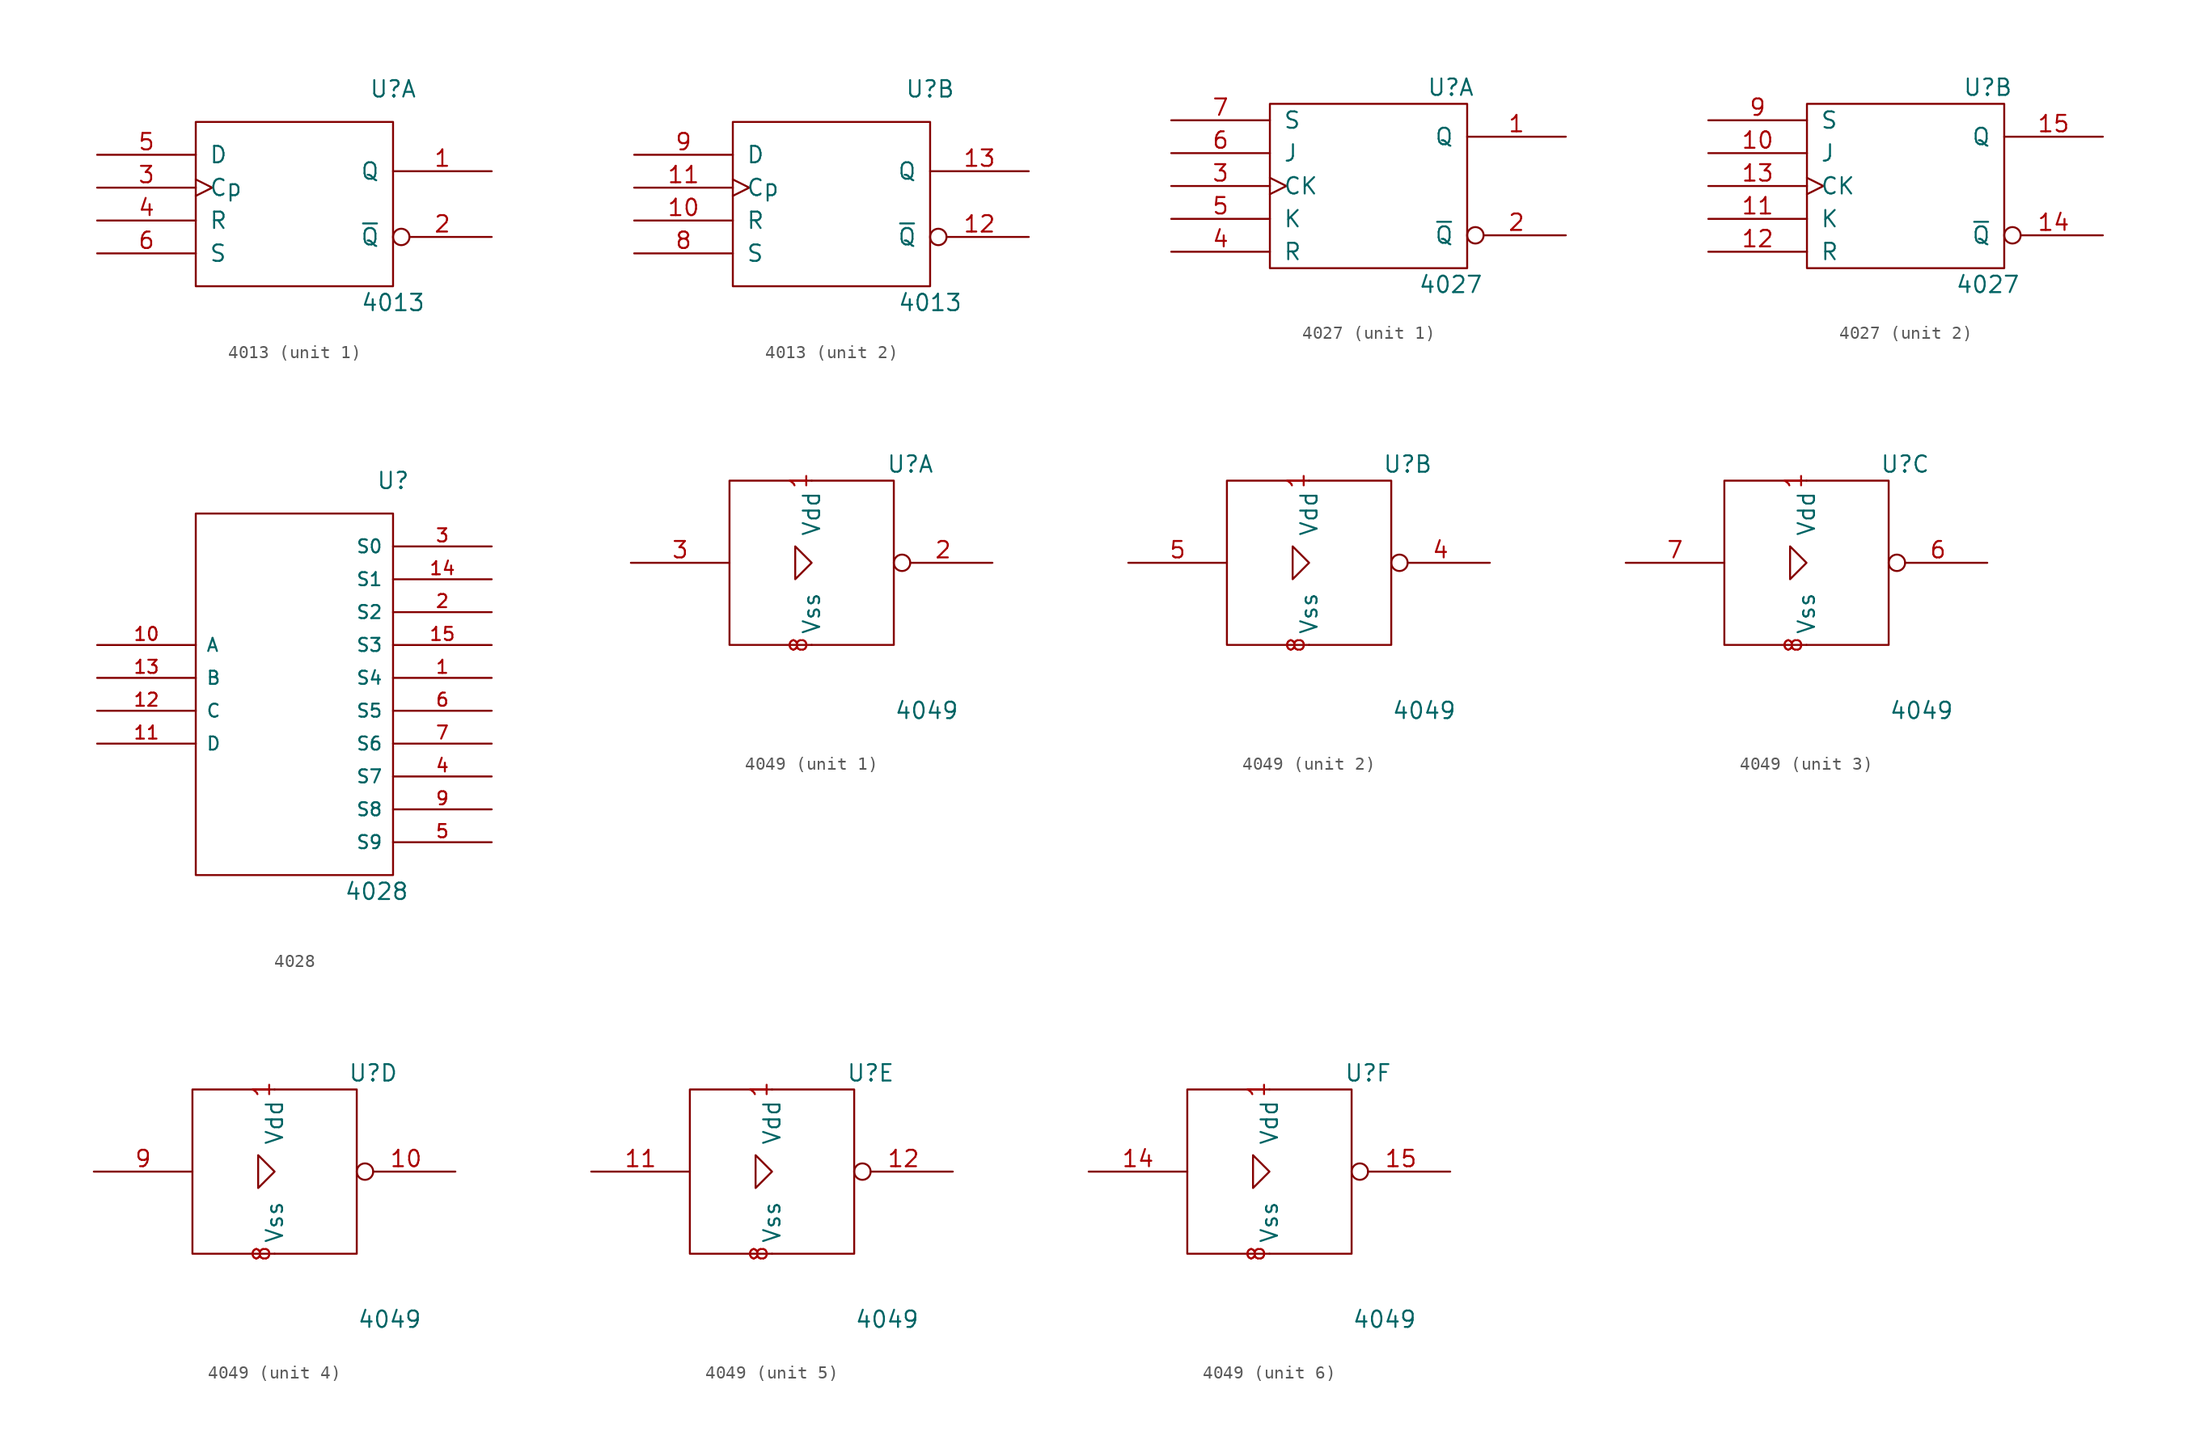
<source format=kicad_sym>
(kicad_symbol_lib
  (version 20200908)
  (generator kicad_symbol_editor)
  (symbol "4xxx_IEEE:4013"
    (pin_names
      (offset 1.016))
    (property "Reference" "U"
      (at 7.62 8.89 0)
      (effects (font (size 1.27 1.27))))
    (property "Value" "4013"
      (at 7.62 -7.62 0)
      (effects (font (size 1.27 1.27))))
    (symbol "4013_0_1"
      (rectangle (start -7.62 6.35) (end 7.62 -6.35) (stroke (width 0)) (fill (type none))))
    (symbol "4013_0_0"
      (pin power_in line (at 0 6.35 270) (length 0) hide (name "Vdd" (effects (font (size 0.762 0.762)))) (number "14" (effects (font (size 1.27 1.27)))))
      (pin power_in line (at 0 -6.35 90) (length 0) hide (name "Vss" (effects (font (size 0.762 0.762)))) (number "7" (effects (font (size 1.27 1.27))))))
    (symbol "4013_1_1"
      (pin output line (at 15.24 2.54 180) (length 7.62) (name "Q" (effects (font (size 1.27 1.27)))) (number "1" (effects (font (size 1.27 1.27)))))
      (pin output inverted (at 15.24 -2.54 180) (length 7.62) (name "~Q" (effects (font (size 1.27 1.27)))) (number "2" (effects (font (size 1.27 1.27)))))
      (pin input clock (at -15.24 1.27 0) (length 7.62) (name "Cp" (effects (font (size 1.27 1.27)))) (number "3" (effects (font (size 1.27 1.27)))))
      (pin input line (at -15.24 -1.27 0) (length 7.62) (name "R" (effects (font (size 1.27 1.27)))) (number "4" (effects (font (size 1.27 1.27)))))
      (pin input line (at -15.24 3.81 0) (length 7.62) (name "D" (effects (font (size 1.27 1.27)))) (number "5" (effects (font (size 1.27 1.27)))))
      (pin input line (at -15.24 -3.81 0) (length 7.62) (name "S" (effects (font (size 1.27 1.27)))) (number "6" (effects (font (size 1.27 1.27))))))
    (symbol "4013_2_1"
      (pin input line (at -15.24 -1.27 0) (length 7.62) (name "R" (effects (font (size 1.27 1.27)))) (number "10" (effects (font (size 1.27 1.27)))))
      (pin input clock (at -15.24 1.27 0) (length 7.62) (name "Cp" (effects (font (size 1.27 1.27)))) (number "11" (effects (font (size 1.27 1.27)))))
      (pin input inverted (at 15.24 -2.54 180) (length 7.62) (name "~Q" (effects (font (size 1.27 1.27)))) (number "12" (effects (font (size 1.27 1.27)))))
      (pin input line (at 15.24 2.54 180) (length 7.62) (name "Q" (effects (font (size 1.27 1.27)))) (number "13" (effects (font (size 1.27 1.27)))))
      (pin input line (at -15.24 -3.81 0) (length 7.62) (name "S" (effects (font (size 1.27 1.27)))) (number "8" (effects (font (size 1.27 1.27)))))
      (pin input line (at -15.24 3.81 0) (length 7.62) (name "D" (effects (font (size 1.27 1.27)))) (number "9" (effects (font (size 1.27 1.27)))))))
  (symbol "4xxx_IEEE:4027"
    (pin_names
      (offset 1.016))
    (property "Reference" "U"
      (at 6.35 7.62 0)
      (effects (font (size 1.27 1.27))))
    (property "Value" "4027"
      (at 6.35 -7.62 0)
      (effects (font (size 1.27 1.27))))
    (symbol "4027_0_1"
      (rectangle (start -7.62 6.35) (end 7.62 -6.35) (stroke (width 0)) (fill (type none))))
    (symbol "4027_0_0"
      (pin power_in line (at 0 6.35 270) (length 0) hide (name "VDD" (effects (font (size 0.762 0.762)))) (number "16" (effects (font (size 1.27 1.27)))))
      (pin power_in line (at 0 -6.35 90) (length 0) hide (name "VDD" (effects (font (size 0.762 0.762)))) (number "8" (effects (font (size 1.27 1.27))))))
    (symbol "4027_1_1"
      (pin output line (at 15.24 3.81 180) (length 7.62) (name "Q" (effects (font (size 1.27 1.27)))) (number "1" (effects (font (size 1.27 1.27)))))
      (pin output inverted (at 15.24 -3.81 180) (length 7.62) (name "~Q" (effects (font (size 1.27 1.27)))) (number "2" (effects (font (size 1.27 1.27)))))
      (pin input clock (at -15.24 0 0) (length 7.62) (name "CK" (effects (font (size 1.27 1.27)))) (number "3" (effects (font (size 1.27 1.27)))))
      (pin input line (at -15.24 -5.08 0) (length 7.62) (name "R" (effects (font (size 1.27 1.27)))) (number "4" (effects (font (size 1.27 1.27)))))
      (pin input line (at -15.24 -2.54 0) (length 7.62) (name "K" (effects (font (size 1.27 1.27)))) (number "5" (effects (font (size 1.27 1.27)))))
      (pin input line (at -15.24 2.54 0) (length 7.62) (name "J" (effects (font (size 1.27 1.27)))) (number "6" (effects (font (size 1.27 1.27)))))
      (pin input line (at -15.24 5.08 0) (length 7.62) (name "S" (effects (font (size 1.27 1.27)))) (number "7" (effects (font (size 1.27 1.27))))))
    (symbol "4027_2_1"
      (pin input line (at -15.24 2.54 0) (length 7.62) (name "J" (effects (font (size 1.27 1.27)))) (number "10" (effects (font (size 1.27 1.27)))))
      (pin input line (at -15.24 -2.54 0) (length 7.62) (name "K" (effects (font (size 1.27 1.27)))) (number "11" (effects (font (size 1.27 1.27)))))
      (pin input line (at -15.24 -5.08 0) (length 7.62) (name "R" (effects (font (size 1.27 1.27)))) (number "12" (effects (font (size 1.27 1.27)))))
      (pin input clock (at -15.24 0 0) (length 7.62) (name "CK" (effects (font (size 1.27 1.27)))) (number "13" (effects (font (size 1.27 1.27)))))
      (pin output inverted (at 15.24 -3.81 180) (length 7.62) (name "~Q" (effects (font (size 1.27 1.27)))) (number "14" (effects (font (size 1.27 1.27)))))
      (pin output line (at 15.24 3.81 180) (length 7.62) (name "Q" (effects (font (size 1.27 1.27)))) (number "15" (effects (font (size 1.27 1.27)))))
      (pin input line (at -15.24 5.08 0) (length 7.62) (name "S" (effects (font (size 1.27 1.27)))) (number "9" (effects (font (size 1.27 1.27)))))))
  (symbol "4xxx_IEEE:4028"
    (pin_names
      (offset 0.762))
    (property "Reference" "U"
      (at 7.62 16.51 0)
      (effects (font (size 1.27 1.27))))
    (property "Value" "4028"
      (at 6.35 -15.24 0)
      (effects (font (size 1.27 1.27))))
    (symbol "4028_0_1"
      (rectangle (start -7.62 13.97) (end 7.62 -13.97) (stroke (width 0)) (fill (type none)))
      (pin power_in line (at 0 -13.97 90) (length 0) hide (name "VSS" (effects (font (size 1.016 1.016)))) (number "8" (effects (font (size 1.016 1.016))))))
    (symbol "4028_0_0"
      (pin power_in line (at 0 13.97 270) (length 0) hide (name "VDD" (effects (font (size 1.016 1.016)))) (number "16" (effects (font (size 1.016 1.016))))))
    (symbol "4028_1_1"
      (pin output line (at 15.24 1.27 180) (length 7.62) (name "S4" (effects (font (size 1.016 1.016)))) (number "1" (effects (font (size 1.016 1.016)))))
      (pin input line (at -15.24 3.81 0) (length 7.62) (name "A" (effects (font (size 1.016 1.016)))) (number "10" (effects (font (size 1.016 1.016)))))
      (pin input line (at -15.24 -3.81 0) (length 7.62) (name "D" (effects (font (size 1.016 1.016)))) (number "11" (effects (font (size 1.016 1.016)))))
      (pin input line (at -15.24 -1.27 0) (length 7.62) (name "C" (effects (font (size 1.016 1.016)))) (number "12" (effects (font (size 1.016 1.016)))))
      (pin input line (at -15.24 1.27 0) (length 7.62) (name "B" (effects (font (size 1.016 1.016)))) (number "13" (effects (font (size 1.016 1.016)))))
      (pin output line (at 15.24 8.89 180) (length 7.62) (name "S1" (effects (font (size 1.016 1.016)))) (number "14" (effects (font (size 1.016 1.016)))))
      (pin output line (at 15.24 3.81 180) (length 7.62) (name "S3" (effects (font (size 1.016 1.016)))) (number "15" (effects (font (size 1.016 1.016)))))
      (pin output line (at 15.24 6.35 180) (length 7.62) (name "S2" (effects (font (size 1.016 1.016)))) (number "2" (effects (font (size 1.016 1.016)))))
      (pin output line (at 15.24 11.43 180) (length 7.62) (name "S0" (effects (font (size 1.016 1.016)))) (number "3" (effects (font (size 1.016 1.016)))))
      (pin output line (at 15.24 -6.35 180) (length 7.62) (name "S7" (effects (font (size 1.016 1.016)))) (number "4" (effects (font (size 1.016 1.016)))))
      (pin output line (at 15.24 -11.43 180) (length 7.62) (name "S9" (effects (font (size 1.016 1.016)))) (number "5" (effects (font (size 1.016 1.016)))))
      (pin output line (at 15.24 -1.27 180) (length 7.62) (name "S5" (effects (font (size 1.016 1.016)))) (number "6" (effects (font (size 1.016 1.016)))))
      (pin output line (at 15.24 -3.81 180) (length 7.62) (name "S6" (effects (font (size 1.016 1.016)))) (number "7" (effects (font (size 1.016 1.016)))))
      (pin output line (at 15.24 -8.89 180) (length 7.62) (name "S8" (effects (font (size 1.016 1.016)))) (number "9" (effects (font (size 1.016 1.016)))))))
  (symbol "4xxx_IEEE:4049"
    (pin_names
      (offset 0.762))
    (property "Reference" "U"
      (at 7.62 7.62 0)
      (effects (font (size 1.27 1.27))))
    (property "Value" "4049"
      (at 8.89 -11.43 0)
      (effects (font (size 1.27 1.27))))
    (symbol "4049_0_1"
      (rectangle (start -6.35 6.35) (end 6.35 -6.35) (stroke (width 0)) (fill (type none))))
    (symbol "4049_0_0"
      (polyline (pts (xy -1.27 1.27) (xy -1.27 -1.27) (xy 0 0) (xy -1.27 1.27) (xy -1.27 1.27)) (stroke (width 0)) (fill (type none)))
      (pin power_in line (at 0 6.35 270) (length 0) (name "Vdd" (effects (font (size 1.27 1.27)))) (number "1" (effects (font (size 1.27 1.27)))))
      (pin power_in line (at 0 -6.35 90) (length 0) (name "Vss" (effects (font (size 1.27 1.27)))) (number "8" (effects (font (size 1.27 1.27))))))
    (symbol "4049_1_1"
      (pin output inverted (at 13.97 0 180) (length 7.62) (name "~" (effects (font (size 1.27 1.27)))) (number "2" (effects (font (size 1.27 1.27)))))
      (pin input line (at -13.97 0 0) (length 7.62) (name "~" (effects (font (size 1.27 1.27)))) (number "3" (effects (font (size 1.27 1.27))))))
    (symbol "4049_2_1"
      (pin output inverted (at 13.97 0 180) (length 7.62) (name "~" (effects (font (size 1.27 1.27)))) (number "4" (effects (font (size 1.27 1.27)))))
      (pin input line (at -13.97 0 0) (length 7.62) (name "~" (effects (font (size 1.27 1.27)))) (number "5" (effects (font (size 1.27 1.27))))))
    (symbol "4049_3_1"
      (pin output inverted (at 13.97 0 180) (length 7.62) (name "~" (effects (font (size 1.27 1.27)))) (number "6" (effects (font (size 1.27 1.27)))))
      (pin input line (at -13.97 0 0) (length 7.62) (name "~" (effects (font (size 1.27 1.27)))) (number "7" (effects (font (size 1.27 1.27))))))
    (symbol "4049_4_1"
      (pin output inverted (at 13.97 0 180) (length 7.62) (name "~" (effects (font (size 1.27 1.27)))) (number "10" (effects (font (size 1.27 1.27)))))
      (pin input line (at -13.97 0 0) (length 7.62) (name "~" (effects (font (size 1.27 1.27)))) (number "9" (effects (font (size 1.27 1.27))))))
    (symbol "4049_5_1"
      (pin input line (at -13.97 0 0) (length 7.62) (name "~" (effects (font (size 1.27 1.27)))) (number "11" (effects (font (size 1.27 1.27)))))
      (pin output inverted (at 13.97 0 180) (length 7.62) (name "~" (effects (font (size 1.27 1.27)))) (number "12" (effects (font (size 1.27 1.27))))))
    (symbol "4049_6_1"
      (pin input line (at -13.97 0 0) (length 7.62) (name "~" (effects (font (size 1.27 1.27)))) (number "14" (effects (font (size 1.27 1.27)))))
      (pin output inverted (at 13.97 0 180) (length 7.62) (name "~" (effects (font (size 1.27 1.27)))) (number "15" (effects (font (size 1.27 1.27))))))))
</source>
